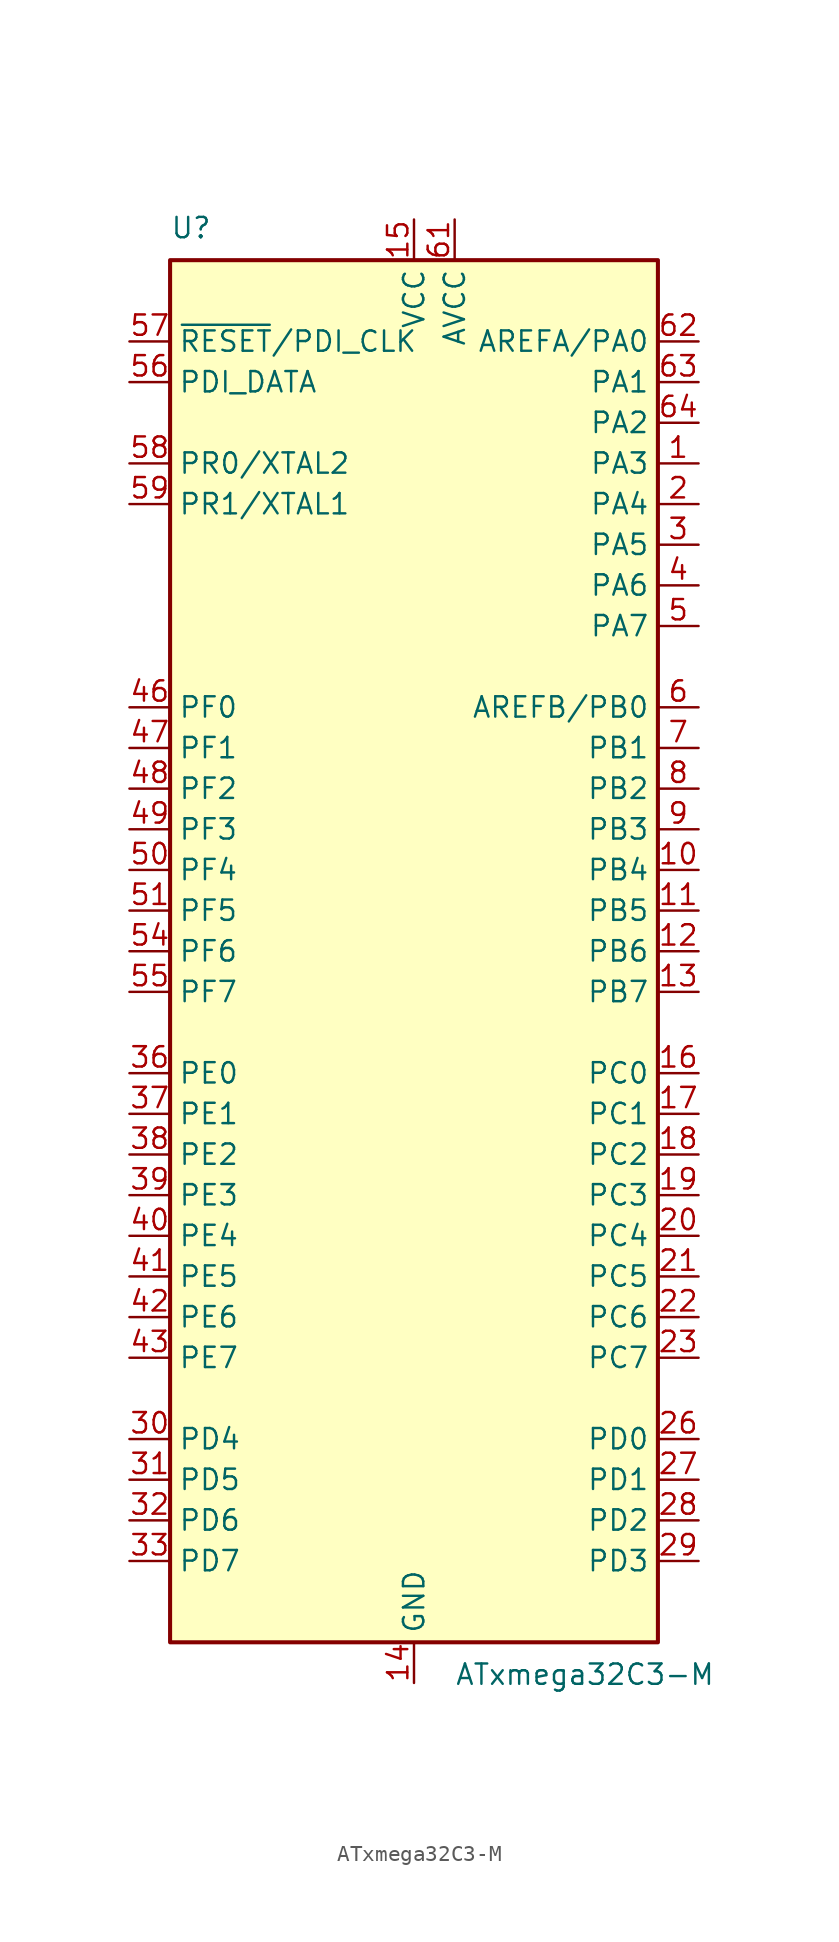
<source format=kicad_sym>
(kicad_symbol_lib
  (version 20211014)
  (generator kicad_symbol_editor)
  (symbol "ATxmega32C3-M"
    (property "Reference" "U"
      (at -15.24 44.45 0)
      (effects (font (size 1.27 1.27)) (justify left bottom)))
    (property "Value" "ATxmega32C3-M"
      (at 2.54 -44.45 0)
      (effects (font (size 1.27 1.27)) (justify left top)))
    (symbol "ATxmega32C3-M_0_1"
      (rectangle (start -15.24 -43.18) (end 15.24 43.18) (stroke (width 0.254) (type default) (color 0 0 0 0)) (fill (type background))))
    (symbol "ATxmega32C3-M_1_1"
      (pin bidirectional line (at 17.78 30.48 180) (length 2.54) (name "PA3" (effects (font (size 1.27 1.27)))) (number "1" (effects (font (size 1.27 1.27)))))
      (pin bidirectional line (at 17.78 5.08 180) (length 2.54) (name "PB4" (effects (font (size 1.27 1.27)))) (number "10" (effects (font (size 1.27 1.27)))))
      (pin bidirectional line (at 17.78 2.54 180) (length 2.54) (name "PB5" (effects (font (size 1.27 1.27)))) (number "11" (effects (font (size 1.27 1.27)))))
      (pin bidirectional line (at 17.78 0 180) (length 2.54) (name "PB6" (effects (font (size 1.27 1.27)))) (number "12" (effects (font (size 1.27 1.27)))))
      (pin bidirectional line (at 17.78 -2.54 180) (length 2.54) (name "PB7" (effects (font (size 1.27 1.27)))) (number "13" (effects (font (size 1.27 1.27)))))
      (pin power_in line (at 0 -45.72 90) (length 2.54) (name "GND" (effects (font (size 1.27 1.27)))) (number "14" (effects (font (size 1.27 1.27)))))
      (pin power_in line (at 0 45.72 270) (length 2.54) (name "VCC" (effects (font (size 1.27 1.27)))) (number "15" (effects (font (size 1.27 1.27)))))
      (pin bidirectional line (at 17.78 -7.62 180) (length 2.54) (name "PC0" (effects (font (size 1.27 1.27)))) (number "16" (effects (font (size 1.27 1.27)))))
      (pin bidirectional line (at 17.78 -10.16 180) (length 2.54) (name "PC1" (effects (font (size 1.27 1.27)))) (number "17" (effects (font (size 1.27 1.27)))))
      (pin bidirectional line (at 17.78 -12.7 180) (length 2.54) (name "PC2" (effects (font (size 1.27 1.27)))) (number "18" (effects (font (size 1.27 1.27)))))
      (pin bidirectional line (at 17.78 -15.24 180) (length 2.54) (name "PC3" (effects (font (size 1.27 1.27)))) (number "19" (effects (font (size 1.27 1.27)))))
      (pin bidirectional line (at 17.78 27.94 180) (length 2.54) (name "PA4" (effects (font (size 1.27 1.27)))) (number "2" (effects (font (size 1.27 1.27)))))
      (pin bidirectional line (at 17.78 -17.78 180) (length 2.54) (name "PC4" (effects (font (size 1.27 1.27)))) (number "20" (effects (font (size 1.27 1.27)))))
      (pin bidirectional line (at 17.78 -20.32 180) (length 2.54) (name "PC5" (effects (font (size 1.27 1.27)))) (number "21" (effects (font (size 1.27 1.27)))))
      (pin bidirectional line (at 17.78 -22.86 180) (length 2.54) (name "PC6" (effects (font (size 1.27 1.27)))) (number "22" (effects (font (size 1.27 1.27)))))
      (pin bidirectional line (at 17.78 -25.4 180) (length 2.54) (name "PC7" (effects (font (size 1.27 1.27)))) (number "23" (effects (font (size 1.27 1.27)))))
      (pin passive line (at 0 -45.72 90) (length 2.54) hide (name "GND" (effects (font (size 1.27 1.27)))) (number "24" (effects (font (size 1.27 1.27)))))
      (pin passive line (at 0 45.72 270) (length 2.54) hide (name "VCC" (effects (font (size 1.27 1.27)))) (number "25" (effects (font (size 1.27 1.27)))))
      (pin bidirectional line (at 17.78 -30.48 180) (length 2.54) (name "PD0" (effects (font (size 1.27 1.27)))) (number "26" (effects (font (size 1.27 1.27)))))
      (pin bidirectional line (at 17.78 -33.02 180) (length 2.54) (name "PD1" (effects (font (size 1.27 1.27)))) (number "27" (effects (font (size 1.27 1.27)))))
      (pin bidirectional line (at 17.78 -35.56 180) (length 2.54) (name "PD2" (effects (font (size 1.27 1.27)))) (number "28" (effects (font (size 1.27 1.27)))))
      (pin bidirectional line (at 17.78 -38.1 180) (length 2.54) (name "PD3" (effects (font (size 1.27 1.27)))) (number "29" (effects (font (size 1.27 1.27)))))
      (pin bidirectional line (at 17.78 25.4 180) (length 2.54) (name "PA5" (effects (font (size 1.27 1.27)))) (number "3" (effects (font (size 1.27 1.27)))))
      (pin bidirectional line (at -17.78 -30.48 0) (length 2.54) (name "PD4" (effects (font (size 1.27 1.27)))) (number "30" (effects (font (size 1.27 1.27)))))
      (pin bidirectional line (at -17.78 -33.02 0) (length 2.54) (name "PD5" (effects (font (size 1.27 1.27)))) (number "31" (effects (font (size 1.27 1.27)))))
      (pin bidirectional line (at -17.78 -35.56 0) (length 2.54) (name "PD6" (effects (font (size 1.27 1.27)))) (number "32" (effects (font (size 1.27 1.27)))))
      (pin bidirectional line (at -17.78 -38.1 0) (length 2.54) (name "PD7" (effects (font (size 1.27 1.27)))) (number "33" (effects (font (size 1.27 1.27)))))
      (pin passive line (at 0 -45.72 90) (length 2.54) hide (name "GND" (effects (font (size 1.27 1.27)))) (number "34" (effects (font (size 1.27 1.27)))))
      (pin passive line (at 0 45.72 270) (length 2.54) hide (name "VCC" (effects (font (size 1.27 1.27)))) (number "35" (effects (font (size 1.27 1.27)))))
      (pin bidirectional line (at -17.78 -7.62 0) (length 2.54) (name "PE0" (effects (font (size 1.27 1.27)))) (number "36" (effects (font (size 1.27 1.27)))))
      (pin bidirectional line (at -17.78 -10.16 0) (length 2.54) (name "PE1" (effects (font (size 1.27 1.27)))) (number "37" (effects (font (size 1.27 1.27)))))
      (pin bidirectional line (at -17.78 -12.7 0) (length 2.54) (name "PE2" (effects (font (size 1.27 1.27)))) (number "38" (effects (font (size 1.27 1.27)))))
      (pin bidirectional line (at -17.78 -15.24 0) (length 2.54) (name "PE3" (effects (font (size 1.27 1.27)))) (number "39" (effects (font (size 1.27 1.27)))))
      (pin bidirectional line (at 17.78 22.86 180) (length 2.54) (name "PA6" (effects (font (size 1.27 1.27)))) (number "4" (effects (font (size 1.27 1.27)))))
      (pin bidirectional line (at -17.78 -17.78 0) (length 2.54) (name "PE4" (effects (font (size 1.27 1.27)))) (number "40" (effects (font (size 1.27 1.27)))))
      (pin bidirectional line (at -17.78 -20.32 0) (length 2.54) (name "PE5" (effects (font (size 1.27 1.27)))) (number "41" (effects (font (size 1.27 1.27)))))
      (pin bidirectional line (at -17.78 -22.86 0) (length 2.54) (name "PE6" (effects (font (size 1.27 1.27)))) (number "42" (effects (font (size 1.27 1.27)))))
      (pin bidirectional line (at -17.78 -25.4 0) (length 2.54) (name "PE7" (effects (font (size 1.27 1.27)))) (number "43" (effects (font (size 1.27 1.27)))))
      (pin passive line (at 0 -45.72 90) (length 2.54) hide (name "GND" (effects (font (size 1.27 1.27)))) (number "44" (effects (font (size 1.27 1.27)))))
      (pin passive line (at 0 45.72 270) (length 2.54) hide (name "VCC" (effects (font (size 1.27 1.27)))) (number "45" (effects (font (size 1.27 1.27)))))
      (pin bidirectional line (at -17.78 15.24 0) (length 2.54) (name "PF0" (effects (font (size 1.27 1.27)))) (number "46" (effects (font (size 1.27 1.27)))))
      (pin bidirectional line (at -17.78 12.7 0) (length 2.54) (name "PF1" (effects (font (size 1.27 1.27)))) (number "47" (effects (font (size 1.27 1.27)))))
      (pin bidirectional line (at -17.78 10.16 0) (length 2.54) (name "PF2" (effects (font (size 1.27 1.27)))) (number "48" (effects (font (size 1.27 1.27)))))
      (pin bidirectional line (at -17.78 7.62 0) (length 2.54) (name "PF3" (effects (font (size 1.27 1.27)))) (number "49" (effects (font (size 1.27 1.27)))))
      (pin bidirectional line (at 17.78 20.32 180) (length 2.54) (name "PA7" (effects (font (size 1.27 1.27)))) (number "5" (effects (font (size 1.27 1.27)))))
      (pin bidirectional line (at -17.78 5.08 0) (length 2.54) (name "PF4" (effects (font (size 1.27 1.27)))) (number "50" (effects (font (size 1.27 1.27)))))
      (pin bidirectional line (at -17.78 2.54 0) (length 2.54) (name "PF5" (effects (font (size 1.27 1.27)))) (number "51" (effects (font (size 1.27 1.27)))))
      (pin passive line (at 0 -45.72 90) (length 2.54) hide (name "GND" (effects (font (size 1.27 1.27)))) (number "52" (effects (font (size 1.27 1.27)))))
      (pin passive line (at 0 45.72 270) (length 2.54) hide (name "VCC" (effects (font (size 1.27 1.27)))) (number "53" (effects (font (size 1.27 1.27)))))
      (pin bidirectional line (at -17.78 0 0) (length 2.54) (name "PF6" (effects (font (size 1.27 1.27)))) (number "54" (effects (font (size 1.27 1.27)))))
      (pin bidirectional line (at -17.78 -2.54 0) (length 2.54) (name "PF7" (effects (font (size 1.27 1.27)))) (number "55" (effects (font (size 1.27 1.27)))))
      (pin bidirectional line (at -17.78 35.56 0) (length 2.54) (name "PDI_DATA" (effects (font (size 1.27 1.27)))) (number "56" (effects (font (size 1.27 1.27)))))
      (pin input line (at -17.78 38.1 0) (length 2.54) (name "~{RESET}/PDI_CLK" (effects (font (size 1.27 1.27)))) (number "57" (effects (font (size 1.27 1.27)))))
      (pin bidirectional line (at -17.78 30.48 0) (length 2.54) (name "PR0/XTAL2" (effects (font (size 1.27 1.27)))) (number "58" (effects (font (size 1.27 1.27)))))
      (pin bidirectional line (at -17.78 27.94 0) (length 2.54) (name "PR1/XTAL1" (effects (font (size 1.27 1.27)))) (number "59" (effects (font (size 1.27 1.27)))))
      (pin bidirectional line (at 17.78 15.24 180) (length 2.54) (name "AREFB/PB0" (effects (font (size 1.27 1.27)))) (number "6" (effects (font (size 1.27 1.27)))))
      (pin passive line (at 0 -45.72 90) (length 2.54) hide (name "GND" (effects (font (size 1.27 1.27)))) (number "60" (effects (font (size 1.27 1.27)))))
      (pin power_in line (at 2.54 45.72 270) (length 2.54) (name "AVCC" (effects (font (size 1.27 1.27)))) (number "61" (effects (font (size 1.27 1.27)))))
      (pin bidirectional line (at 17.78 38.1 180) (length 2.54) (name "AREFA/PA0" (effects (font (size 1.27 1.27)))) (number "62" (effects (font (size 1.27 1.27)))))
      (pin bidirectional line (at 17.78 35.56 180) (length 2.54) (name "PA1" (effects (font (size 1.27 1.27)))) (number "63" (effects (font (size 1.27 1.27)))))
      (pin bidirectional line (at 17.78 33.02 180) (length 2.54) (name "PA2" (effects (font (size 1.27 1.27)))) (number "64" (effects (font (size 1.27 1.27)))))
      (pin passive line (at 0 -45.72 90) (length 2.54) hide (name "GND" (effects (font (size 1.27 1.27)))) (number "65" (effects (font (size 1.27 1.27)))))
      (pin bidirectional line (at 17.78 12.7 180) (length 2.54) (name "PB1" (effects (font (size 1.27 1.27)))) (number "7" (effects (font (size 1.27 1.27)))))
      (pin bidirectional line (at 17.78 10.16 180) (length 2.54) (name "PB2" (effects (font (size 1.27 1.27)))) (number "8" (effects (font (size 1.27 1.27)))))
      (pin bidirectional line (at 17.78 7.62 180) (length 2.54) (name "PB3" (effects (font (size 1.27 1.27)))) (number "9" (effects (font (size 1.27 1.27))))))))
</source>
